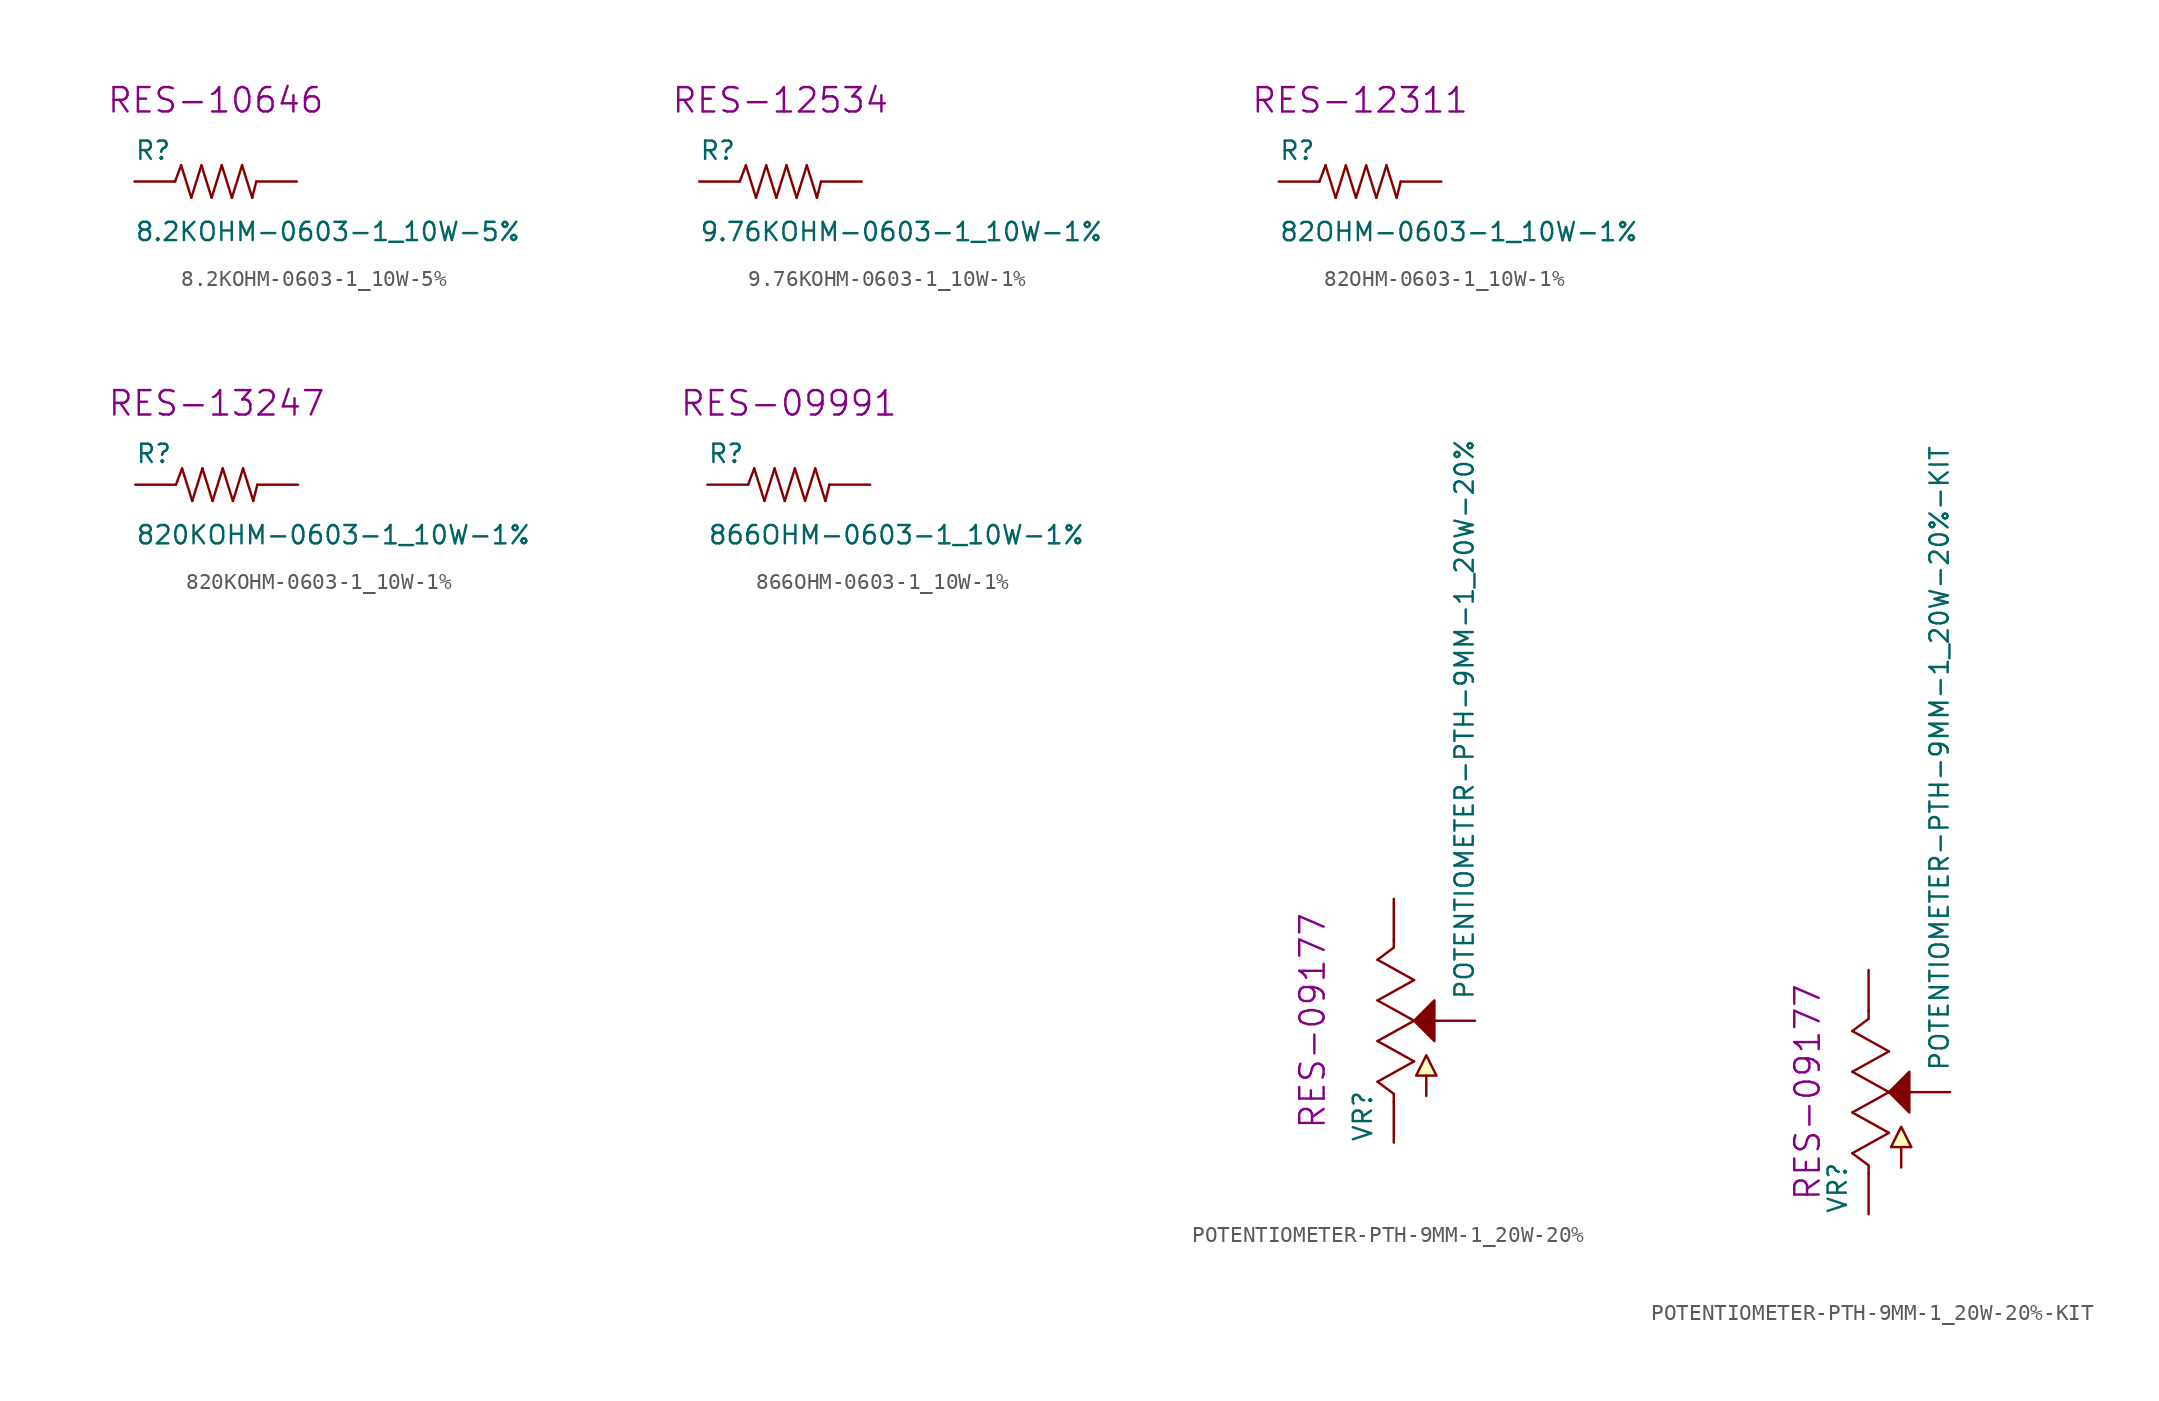
<source format=kicad_sym>
(kicad_symbol_lib
  (version 20211014)
  (generator kicad_symbol_editor)
  (symbol "8.2KOHM-0603-1_10W-5%"
    (pin_numbers hide)
    (pin_names
      (offset 1.016) hide)
    (property "Reference" "R"
      (at -5.08 1.27 0)
      (effects (font (size 1.143 1.143)) (justify left bottom)))
    (property "Value" "8.2KOHM-0603-1_10W-5%"
      (at -5.08 -3.81 0)
      (effects (font (size 1.143 1.143)) (justify left bottom)))
    (property "Field4" "RES-10646"
      (at 0 5.08 0)
      (effects (font (size 1.524 1.524))))
    (property "ki_locked" ""
      (at 0 0 0)
      (effects (font (size 1.27 1.27))))
    (symbol "8.2KOHM-0603-1_10W-5%_1_0"
      (polyline (pts (xy -2.54 0) (xy -2.159 1.016)) (stroke (width 0) (type default) (color 0 0 0 0)) (fill (type none)))
      (polyline (pts (xy -2.159 1.016) (xy -1.524 -1.016)) (stroke (width 0) (type default) (color 0 0 0 0)) (fill (type none)))
      (polyline (pts (xy -1.524 -1.016) (xy -0.889 1.016)) (stroke (width 0) (type default) (color 0 0 0 0)) (fill (type none)))
      (polyline (pts (xy -0.889 1.016) (xy -0.254 -1.016)) (stroke (width 0) (type default) (color 0 0 0 0)) (fill (type none)))
      (polyline (pts (xy -0.254 -1.016) (xy 0.381 1.016)) (stroke (width 0) (type default) (color 0 0 0 0)) (fill (type none)))
      (polyline (pts (xy 0.381 1.016) (xy 1.016 -1.016)) (stroke (width 0) (type default) (color 0 0 0 0)) (fill (type none)))
      (polyline (pts (xy 1.016 -1.016) (xy 1.651 1.016)) (stroke (width 0) (type default) (color 0 0 0 0)) (fill (type none)))
      (polyline (pts (xy 1.651 1.016) (xy 2.286 -1.016)) (stroke (width 0) (type default) (color 0 0 0 0)) (fill (type none)))
      (polyline (pts (xy 2.286 -1.016) (xy 2.54 0)) (stroke (width 0) (type default) (color 0 0 0 0)) (fill (type none))))
    (symbol "8.2KOHM-0603-1_10W-5%_1_1"
      (pin passive line (at -5.08 0 0) (length 2.54) (name "1" (effects (font (size 1.016 1.016)))) (number "1" (effects (font (size 1.016 1.016)))))
      (pin passive line (at 5.08 0 180) (length 2.54) (name "2" (effects (font (size 1.016 1.016)))) (number "2" (effects (font (size 1.016 1.016)))))))
  (symbol "9.76KOHM-0603-1_10W-1%"
    (pin_numbers hide)
    (pin_names
      (offset 1.016) hide)
    (property "Reference" "R"
      (at -5.08 1.27 0)
      (effects (font (size 1.143 1.143)) (justify left bottom)))
    (property "Value" "9.76KOHM-0603-1_10W-1%"
      (at -5.08 -3.81 0)
      (effects (font (size 1.143 1.143)) (justify left bottom)))
    (property "Field4" "RES-12534"
      (at 0 5.08 0)
      (effects (font (size 1.524 1.524))))
    (property "ki_locked" ""
      (at 0 0 0)
      (effects (font (size 1.27 1.27))))
    (symbol "9.76KOHM-0603-1_10W-1%_1_0"
      (polyline (pts (xy -2.54 0) (xy -2.159 1.016)) (stroke (width 0) (type default) (color 0 0 0 0)) (fill (type none)))
      (polyline (pts (xy -2.159 1.016) (xy -1.524 -1.016)) (stroke (width 0) (type default) (color 0 0 0 0)) (fill (type none)))
      (polyline (pts (xy -1.524 -1.016) (xy -0.889 1.016)) (stroke (width 0) (type default) (color 0 0 0 0)) (fill (type none)))
      (polyline (pts (xy -0.889 1.016) (xy -0.254 -1.016)) (stroke (width 0) (type default) (color 0 0 0 0)) (fill (type none)))
      (polyline (pts (xy -0.254 -1.016) (xy 0.381 1.016)) (stroke (width 0) (type default) (color 0 0 0 0)) (fill (type none)))
      (polyline (pts (xy 0.381 1.016) (xy 1.016 -1.016)) (stroke (width 0) (type default) (color 0 0 0 0)) (fill (type none)))
      (polyline (pts (xy 1.016 -1.016) (xy 1.651 1.016)) (stroke (width 0) (type default) (color 0 0 0 0)) (fill (type none)))
      (polyline (pts (xy 1.651 1.016) (xy 2.286 -1.016)) (stroke (width 0) (type default) (color 0 0 0 0)) (fill (type none)))
      (polyline (pts (xy 2.286 -1.016) (xy 2.54 0)) (stroke (width 0) (type default) (color 0 0 0 0)) (fill (type none))))
    (symbol "9.76KOHM-0603-1_10W-1%_1_1"
      (pin passive line (at -5.08 0 0) (length 2.54) (name "1" (effects (font (size 1.016 1.016)))) (number "1" (effects (font (size 1.016 1.016)))))
      (pin passive line (at 5.08 0 180) (length 2.54) (name "2" (effects (font (size 1.016 1.016)))) (number "2" (effects (font (size 1.016 1.016)))))))
  (symbol "82OHM-0603-1_10W-1%"
    (pin_numbers hide)
    (pin_names
      (offset 1.016) hide)
    (property "Reference" "R"
      (at -5.08 1.27 0)
      (effects (font (size 1.143 1.143)) (justify left bottom)))
    (property "Value" "82OHM-0603-1_10W-1%"
      (at -5.08 -3.81 0)
      (effects (font (size 1.143 1.143)) (justify left bottom)))
    (property "Field4" "RES-12311"
      (at 0 5.08 0)
      (effects (font (size 1.524 1.524))))
    (property "ki_locked" ""
      (at 0 0 0)
      (effects (font (size 1.27 1.27))))
    (symbol "82OHM-0603-1_10W-1%_1_0"
      (polyline (pts (xy -2.54 0) (xy -2.159 1.016)) (stroke (width 0) (type default) (color 0 0 0 0)) (fill (type none)))
      (polyline (pts (xy -2.159 1.016) (xy -1.524 -1.016)) (stroke (width 0) (type default) (color 0 0 0 0)) (fill (type none)))
      (polyline (pts (xy -1.524 -1.016) (xy -0.889 1.016)) (stroke (width 0) (type default) (color 0 0 0 0)) (fill (type none)))
      (polyline (pts (xy -0.889 1.016) (xy -0.254 -1.016)) (stroke (width 0) (type default) (color 0 0 0 0)) (fill (type none)))
      (polyline (pts (xy -0.254 -1.016) (xy 0.381 1.016)) (stroke (width 0) (type default) (color 0 0 0 0)) (fill (type none)))
      (polyline (pts (xy 0.381 1.016) (xy 1.016 -1.016)) (stroke (width 0) (type default) (color 0 0 0 0)) (fill (type none)))
      (polyline (pts (xy 1.016 -1.016) (xy 1.651 1.016)) (stroke (width 0) (type default) (color 0 0 0 0)) (fill (type none)))
      (polyline (pts (xy 1.651 1.016) (xy 2.286 -1.016)) (stroke (width 0) (type default) (color 0 0 0 0)) (fill (type none)))
      (polyline (pts (xy 2.286 -1.016) (xy 2.54 0)) (stroke (width 0) (type default) (color 0 0 0 0)) (fill (type none))))
    (symbol "82OHM-0603-1_10W-1%_1_1"
      (pin passive line (at -5.08 0 0) (length 2.54) (name "1" (effects (font (size 1.016 1.016)))) (number "1" (effects (font (size 1.016 1.016)))))
      (pin passive line (at 5.08 0 180) (length 2.54) (name "2" (effects (font (size 1.016 1.016)))) (number "2" (effects (font (size 1.016 1.016)))))))
  (symbol "820KOHM-0603-1_10W-1%"
    (pin_numbers hide)
    (pin_names
      (offset 1.016) hide)
    (property "Reference" "R"
      (at -5.08 1.27 0)
      (effects (font (size 1.143 1.143)) (justify left bottom)))
    (property "Value" "820KOHM-0603-1_10W-1%"
      (at -5.08 -3.81 0)
      (effects (font (size 1.143 1.143)) (justify left bottom)))
    (property "Field4" "RES-13247"
      (at 0 5.08 0)
      (effects (font (size 1.524 1.524))))
    (property "ki_locked" ""
      (at 0 0 0)
      (effects (font (size 1.27 1.27))))
    (symbol "820KOHM-0603-1_10W-1%_1_0"
      (polyline (pts (xy -2.54 0) (xy -2.159 1.016)) (stroke (width 0) (type default) (color 0 0 0 0)) (fill (type none)))
      (polyline (pts (xy -2.159 1.016) (xy -1.524 -1.016)) (stroke (width 0) (type default) (color 0 0 0 0)) (fill (type none)))
      (polyline (pts (xy -1.524 -1.016) (xy -0.889 1.016)) (stroke (width 0) (type default) (color 0 0 0 0)) (fill (type none)))
      (polyline (pts (xy -0.889 1.016) (xy -0.254 -1.016)) (stroke (width 0) (type default) (color 0 0 0 0)) (fill (type none)))
      (polyline (pts (xy -0.254 -1.016) (xy 0.381 1.016)) (stroke (width 0) (type default) (color 0 0 0 0)) (fill (type none)))
      (polyline (pts (xy 0.381 1.016) (xy 1.016 -1.016)) (stroke (width 0) (type default) (color 0 0 0 0)) (fill (type none)))
      (polyline (pts (xy 1.016 -1.016) (xy 1.651 1.016)) (stroke (width 0) (type default) (color 0 0 0 0)) (fill (type none)))
      (polyline (pts (xy 1.651 1.016) (xy 2.286 -1.016)) (stroke (width 0) (type default) (color 0 0 0 0)) (fill (type none)))
      (polyline (pts (xy 2.286 -1.016) (xy 2.54 0)) (stroke (width 0) (type default) (color 0 0 0 0)) (fill (type none))))
    (symbol "820KOHM-0603-1_10W-1%_1_1"
      (pin passive line (at -5.08 0 0) (length 2.54) (name "1" (effects (font (size 1.016 1.016)))) (number "1" (effects (font (size 1.016 1.016)))))
      (pin passive line (at 5.08 0 180) (length 2.54) (name "2" (effects (font (size 1.016 1.016)))) (number "2" (effects (font (size 1.016 1.016)))))))
  (symbol "866OHM-0603-1_10W-1%"
    (pin_numbers hide)
    (pin_names
      (offset 1.016) hide)
    (property "Reference" "R"
      (at -5.08 1.27 0)
      (effects (font (size 1.143 1.143)) (justify left bottom)))
    (property "Value" "866OHM-0603-1_10W-1%"
      (at -5.08 -3.81 0)
      (effects (font (size 1.143 1.143)) (justify left bottom)))
    (property "Field4" "RES-09991"
      (at 0 5.08 0)
      (effects (font (size 1.524 1.524))))
    (property "ki_locked" ""
      (at 0 0 0)
      (effects (font (size 1.27 1.27))))
    (symbol "866OHM-0603-1_10W-1%_1_0"
      (polyline (pts (xy -2.54 0) (xy -2.159 1.016)) (stroke (width 0) (type default) (color 0 0 0 0)) (fill (type none)))
      (polyline (pts (xy -2.159 1.016) (xy -1.524 -1.016)) (stroke (width 0) (type default) (color 0 0 0 0)) (fill (type none)))
      (polyline (pts (xy -1.524 -1.016) (xy -0.889 1.016)) (stroke (width 0) (type default) (color 0 0 0 0)) (fill (type none)))
      (polyline (pts (xy -0.889 1.016) (xy -0.254 -1.016)) (stroke (width 0) (type default) (color 0 0 0 0)) (fill (type none)))
      (polyline (pts (xy -0.254 -1.016) (xy 0.381 1.016)) (stroke (width 0) (type default) (color 0 0 0 0)) (fill (type none)))
      (polyline (pts (xy 0.381 1.016) (xy 1.016 -1.016)) (stroke (width 0) (type default) (color 0 0 0 0)) (fill (type none)))
      (polyline (pts (xy 1.016 -1.016) (xy 1.651 1.016)) (stroke (width 0) (type default) (color 0 0 0 0)) (fill (type none)))
      (polyline (pts (xy 1.651 1.016) (xy 2.286 -1.016)) (stroke (width 0) (type default) (color 0 0 0 0)) (fill (type none)))
      (polyline (pts (xy 2.286 -1.016) (xy 2.54 0)) (stroke (width 0) (type default) (color 0 0 0 0)) (fill (type none))))
    (symbol "866OHM-0603-1_10W-1%_1_1"
      (pin passive line (at -5.08 0 0) (length 2.54) (name "1" (effects (font (size 1.016 1.016)))) (number "1" (effects (font (size 1.016 1.016)))))
      (pin passive line (at 5.08 0 180) (length 2.54) (name "2" (effects (font (size 1.016 1.016)))) (number "2" (effects (font (size 1.016 1.016)))))))
  (symbol "POTENTIOMETER-PTH-9MM-1_20W-20%"
    (pin_numbers hide)
    (pin_names
      (offset 1.016) hide)
    (property "Reference" "VR"
      (at -1.27 -7.62 90)
      (effects (font (size 1.143 1.143)) (justify left bottom)))
    (property "Value" "POTENTIOMETER-PTH-9MM-1_20W-20%"
      (at 5.08 1.27 90)
      (effects (font (size 1.143 1.143)) (justify left bottom)))
    (property "Field4" "RES-09177"
      (at -5.08 0 90)
      (effects (font (size 1.524 1.524))))
    (property "ki_locked" ""
      (at 0 0 0)
      (effects (font (size 1.27 1.27))))
    (symbol "POTENTIOMETER-PTH-9MM-1_20W-20%_1_0"
      (polyline (pts (xy -1.016 -3.81) (xy 1.27 -2.54)) (stroke (width 0) (type default) (color 0 0 0 0)) (fill (type none)))
      (polyline (pts (xy -1.016 -1.27) (xy 1.27 0)) (stroke (width 0) (type default) (color 0 0 0 0)) (fill (type none)))
      (polyline (pts (xy -1.016 1.27) (xy 1.27 2.54)) (stroke (width 0) (type default) (color 0 0 0 0)) (fill (type none)))
      (polyline (pts (xy -1.016 3.81) (xy 0 4.572)) (stroke (width 0) (type default) (color 0 0 0 0)) (fill (type none)))
      (polyline (pts (xy 0 -5.08) (xy 0 -4.572)) (stroke (width 0) (type default) (color 0 0 0 0)) (fill (type none)))
      (polyline (pts (xy 0 -4.572) (xy -1.016 -3.81)) (stroke (width 0) (type default) (color 0 0 0 0)) (fill (type none)))
      (polyline (pts (xy 0 4.572) (xy 0 5.08)) (stroke (width 0) (type default) (color 0 0 0 0)) (fill (type none)))
      (polyline (pts (xy 1.27 -2.54) (xy -1.016 -1.27)) (stroke (width 0) (type default) (color 0 0 0 0)) (fill (type none)))
      (polyline (pts (xy 1.27 0) (xy -1.016 1.27)) (stroke (width 0) (type default) (color 0 0 0 0)) (fill (type none)))
      (polyline (pts (xy 1.27 2.54) (xy -1.016 3.81)) (stroke (width 0) (type default) (color 0 0 0 0)) (fill (type none)))
      (polyline (pts (xy 2.032 -4.699) (xy 2.032 -3.429)) (stroke (width 0) (type default) (color 0 0 0 0)) (fill (type none))))
    (symbol "POTENTIOMETER-PTH-9MM-1_20W-20%_1_1"
      (polyline (pts (xy 2.032 -2.159) (xy 2.667 -3.429) (xy 2.032 -3.429) (xy 1.397 -3.429) (xy 2.032 -2.159)) (stroke (width 0) (type default) (color 0 0 0 0)) (fill (type background)))
      (polyline (pts (xy 2.54 -1.27) (xy 1.27 0) (xy 1.27 0) (xy 2.54 1.27) (xy 2.54 1.27) (xy 2.54 -1.27)) (stroke (width 0) (type default) (color 0 0 0 0)) (fill (type outline)))
      (pin passive line (at 0 7.62 270) (length 2.54) (name "E" (effects (font (size 1.016 1.016)))) (number "P$1" (effects (font (size 1.016 1.016)))))
      (pin passive line (at 5.08 0 180) (length 2.54) (name "S" (effects (font (size 1.016 1.016)))) (number "P$2" (effects (font (size 1.016 1.016)))))
      (pin passive line (at 0 -7.62 90) (length 2.54) (name "A" (effects (font (size 1.016 1.016)))) (number "P$3" (effects (font (size 1.016 1.016)))))))
  (symbol "POTENTIOMETER-PTH-9MM-1_20W-20%-KIT"
    (pin_numbers hide)
    (pin_names
      (offset 1.016) hide)
    (property "Reference" "VR"
      (at -1.27 -7.62 90)
      (effects (font (size 1.143 1.143)) (justify left bottom)))
    (property "Value" "POTENTIOMETER-PTH-9MM-1_20W-20%-KIT"
      (at 5.08 1.27 90)
      (effects (font (size 1.143 1.143)) (justify left bottom)))
    (property "Field4" "RES-09177"
      (at -3.81 0 90)
      (effects (font (size 1.524 1.524))))
    (property "ki_locked" ""
      (at 0 0 0)
      (effects (font (size 1.27 1.27))))
    (symbol "POTENTIOMETER-PTH-9MM-1_20W-20%-KIT_1_0"
      (polyline (pts (xy -1.016 -3.81) (xy 1.27 -2.54)) (stroke (width 0) (type default) (color 0 0 0 0)) (fill (type none)))
      (polyline (pts (xy -1.016 -1.27) (xy 1.27 0)) (stroke (width 0) (type default) (color 0 0 0 0)) (fill (type none)))
      (polyline (pts (xy -1.016 1.27) (xy 1.27 2.54)) (stroke (width 0) (type default) (color 0 0 0 0)) (fill (type none)))
      (polyline (pts (xy -1.016 3.81) (xy 0 4.572)) (stroke (width 0) (type default) (color 0 0 0 0)) (fill (type none)))
      (polyline (pts (xy 0 -5.08) (xy 0 -4.572)) (stroke (width 0) (type default) (color 0 0 0 0)) (fill (type none)))
      (polyline (pts (xy 0 -4.572) (xy -1.016 -3.81)) (stroke (width 0) (type default) (color 0 0 0 0)) (fill (type none)))
      (polyline (pts (xy 0 4.572) (xy 0 5.08)) (stroke (width 0) (type default) (color 0 0 0 0)) (fill (type none)))
      (polyline (pts (xy 1.27 -2.54) (xy -1.016 -1.27)) (stroke (width 0) (type default) (color 0 0 0 0)) (fill (type none)))
      (polyline (pts (xy 1.27 0) (xy -1.016 1.27)) (stroke (width 0) (type default) (color 0 0 0 0)) (fill (type none)))
      (polyline (pts (xy 1.27 2.54) (xy -1.016 3.81)) (stroke (width 0) (type default) (color 0 0 0 0)) (fill (type none)))
      (polyline (pts (xy 2.032 -4.699) (xy 2.032 -3.429)) (stroke (width 0) (type default) (color 0 0 0 0)) (fill (type none))))
    (symbol "POTENTIOMETER-PTH-9MM-1_20W-20%-KIT_1_1"
      (polyline (pts (xy 2.032 -2.159) (xy 2.667 -3.429) (xy 2.032 -3.429) (xy 1.397 -3.429) (xy 2.032 -2.159)) (stroke (width 0) (type default) (color 0 0 0 0)) (fill (type background)))
      (polyline (pts (xy 2.54 -1.27) (xy 1.27 0) (xy 1.27 0) (xy 2.54 1.27) (xy 2.54 1.27) (xy 2.54 -1.27)) (stroke (width 0) (type default) (color 0 0 0 0)) (fill (type outline)))
      (pin passive line (at 0 7.62 270) (length 2.54) (name "E" (effects (font (size 1.016 1.016)))) (number "P$1" (effects (font (size 1.016 1.016)))))
      (pin passive line (at 5.08 0 180) (length 2.54) (name "S" (effects (font (size 1.016 1.016)))) (number "P$2" (effects (font (size 1.016 1.016)))))
      (pin passive line (at 0 -7.62 90) (length 2.54) (name "A" (effects (font (size 1.016 1.016)))) (number "P$3" (effects (font (size 1.016 1.016))))))))
</source>
